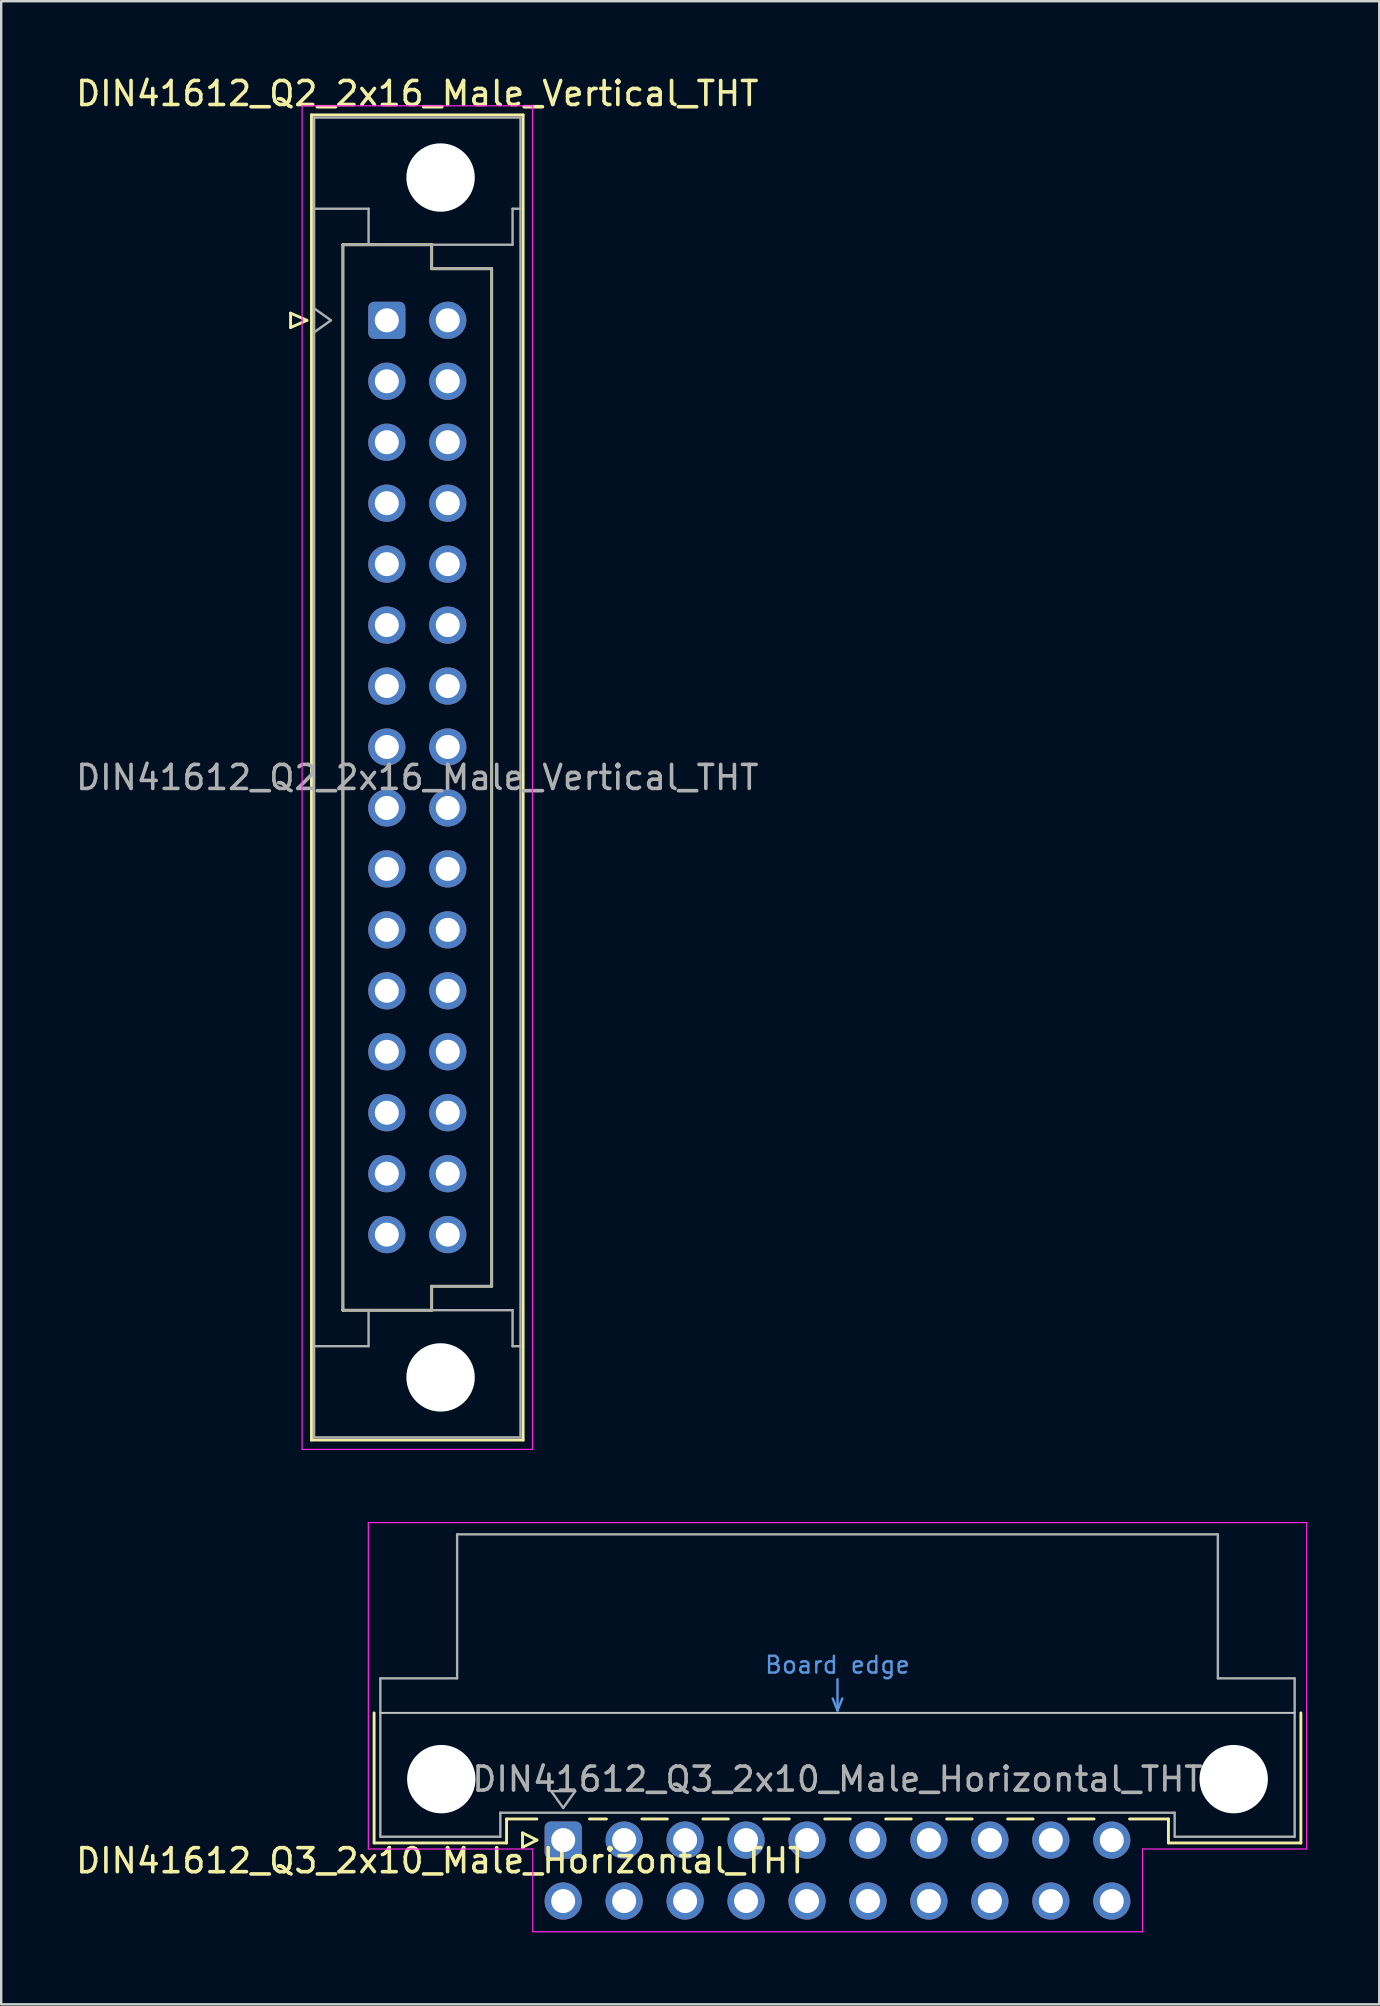
<source format=kicad_pcb>
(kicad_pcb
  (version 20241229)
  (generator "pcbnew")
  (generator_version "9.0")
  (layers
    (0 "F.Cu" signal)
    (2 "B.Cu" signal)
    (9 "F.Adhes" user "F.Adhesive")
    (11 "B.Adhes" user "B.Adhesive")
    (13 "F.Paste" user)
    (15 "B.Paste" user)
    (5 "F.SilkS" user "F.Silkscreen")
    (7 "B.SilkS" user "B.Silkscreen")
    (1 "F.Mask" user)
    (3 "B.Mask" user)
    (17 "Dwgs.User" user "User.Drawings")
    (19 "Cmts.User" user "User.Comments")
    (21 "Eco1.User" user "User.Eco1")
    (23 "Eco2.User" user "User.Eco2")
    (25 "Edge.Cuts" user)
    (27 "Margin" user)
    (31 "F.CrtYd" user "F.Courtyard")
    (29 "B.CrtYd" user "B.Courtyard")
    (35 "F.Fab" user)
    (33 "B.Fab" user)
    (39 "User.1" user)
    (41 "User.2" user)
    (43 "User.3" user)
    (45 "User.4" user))
  (footprint "DIN41612_Q3_2x10_Male_Horizontal_THT"
    (layer "F.Cu")
    (at 20.419 73.628)
    (property "Reference" "DIN41612_Q3_2x10_Male_Horizontal_THT" (at -5.08 0.86 0) (layer "F.SilkS") (effects (font (size 1 1) (thickness 0.15))))
    (attr through_hole)
    (fp_line (start -7.88 -5.3) (end -7.88 0.12) (stroke (width 0.12) (type solid)) (layer "F.SilkS"))
    (fp_line (start -7.88 0.12) (end -2.36 0.12) (stroke (width 0.12) (type solid)) (layer "F.SilkS"))
    (fp_line (start -2.361 -0.88) (end -1.095 -0.88) (stroke (width 0.12) (type solid)) (layer "F.SilkS"))
    (fp_line (start -2.36 0.12) (end -2.36 -0.88) (stroke (width 0.12) (type solid)) (layer "F.SilkS"))
    (fp_line (start -1.695 -0.3) (end -1.695 0.3) (stroke (width 0.12) (type solid)) (layer "F.SilkS"))
    (fp_line (start -1.695 0.3) (end -1.095 0) (stroke (width 0.12) (type solid)) (layer "F.SilkS"))
    (fp_line (start -1.095 0) (end -1.695 -0.3) (stroke (width 0.12) (type solid)) (layer "F.SilkS"))
    (fp_line (start 1.095 -0.88) (end 1.801 -0.88) (stroke (width 0.12) (type solid)) (layer "F.SilkS"))
    (fp_line (start 3.28 -0.88) (end 4.341 -0.88) (stroke (width 0.12) (type solid)) (layer "F.SilkS"))
    (fp_line (start 5.82 -0.88) (end 6.881 -0.88) (stroke (width 0.12) (type solid)) (layer "F.SilkS"))
    (fp_line (start 8.36 -0.88) (end 9.421 -0.88) (stroke (width 0.12) (type solid)) (layer "F.SilkS"))
    (fp_line (start 10.9 -0.88) (end 11.961 -0.88) (stroke (width 0.12) (type solid)) (layer "F.SilkS"))
    (fp_line (start 13.44 -0.88) (end 14.501 -0.88) (stroke (width 0.12) (type solid)) (layer "F.SilkS"))
    (fp_line (start 15.98 -0.88) (end 17.041 -0.88) (stroke (width 0.12) (type solid)) (layer "F.SilkS"))
    (fp_line (start 18.52 -0.88) (end 19.581 -0.88) (stroke (width 0.12) (type solid)) (layer "F.SilkS"))
    (fp_line (start 21.06 -0.88) (end 22.121 -0.88) (stroke (width 0.12) (type solid)) (layer "F.SilkS"))
    (fp_line (start 23.6 -0.88) (end 25.22 -0.88) (stroke (width 0.12) (type solid)) (layer "F.SilkS"))
    (fp_line (start 25.22 0.12) (end 25.22 -0.88) (stroke (width 0.12) (type solid)) (layer "F.SilkS"))
    (fp_line (start 30.74 -5.3) (end 30.74 0.12) (stroke (width 0.12) (type solid)) (layer "F.SilkS"))
    (fp_line (start 30.74 0.12) (end 25.22 0.12) (stroke (width 0.12) (type solid)) (layer "F.SilkS"))
    (fp_line (start -7.62 -5.3) (end 30.48 -5.3) (stroke (width 0.08) (type solid)) (layer "Dwgs.User"))
    (fp_line (start 11.23 -5.9) (end 11.43 -5.4) (stroke (width 0.1) (type solid)) (layer "Cmts.User"))
    (fp_line (start 11.43 -5.4) (end 11.43 -6.7) (stroke (width 0.1) (type solid)) (layer "Cmts.User"))
    (fp_line (start 11.43 -5.4) (end 11.63 -5.9) (stroke (width 0.1) (type solid)) (layer "Cmts.User"))
    (fp_line (start -8.12 -13.23) (end -8.12 0.37) (stroke (width 0.05) (type solid)) (layer "F.CrtYd"))
    (fp_line (start -8.12 0.37) (end -1.27 0.37) (stroke (width 0.05) (type solid)) (layer "F.CrtYd"))
    (fp_line (start -1.27 0.37) (end -1.27 3.82) (stroke (width 0.05) (type solid)) (layer "F.CrtYd"))
    (fp_line (start -1.27 3.82) (end 24.14 3.82) (stroke (width 0.05) (type solid)) (layer "F.CrtYd"))
    (fp_line (start 24.14 0.37) (end 30.98 0.37) (stroke (width 0.05) (type solid)) (layer "F.CrtYd"))
    (fp_line (start 24.14 3.82) (end 24.14 0.37) (stroke (width 0.05) (type solid)) (layer "F.CrtYd"))
    (fp_line (start 30.98 -13.23) (end -8.12 -13.23) (stroke (width 0.05) (type solid)) (layer "F.CrtYd"))
    (fp_line (start 30.98 0.37) (end 30.98 -13.23) (stroke (width 0.05) (type solid)) (layer "F.CrtYd"))
    (fp_line (start -7.62 -6.74) (end -7.62 -0.14) (stroke (width 0.1) (type solid)) (layer "F.Fab"))
    (fp_line (start -7.62 -0.14) (end -2.62 -0.14) (stroke (width 0.1) (type solid)) (layer "F.Fab"))
    (fp_line (start -4.42 -12.74) (end -4.42 -6.74) (stroke (width 0.1) (type solid)) (layer "F.Fab"))
    (fp_line (start -4.42 -6.74) (end -7.62 -6.74) (stroke (width 0.1) (type solid)) (layer "F.Fab"))
    (fp_line (start -2.62 -1.14) (end 25.48 -1.14) (stroke (width 0.1) (type solid)) (layer "F.Fab"))
    (fp_line (start -2.62 -0.14) (end -2.62 -1.14) (stroke (width 0.1) (type solid)) (layer "F.Fab"))
    (fp_line (start -0.5 -2.04) (end 0.5 -2.04) (stroke (width 0.1) (type solid)) (layer "F.Fab"))
    (fp_line (start 0 -1.34) (end -0.5 -2.04) (stroke (width 0.1) (type solid)) (layer "F.Fab"))
    (fp_line (start 0.5 -2.04) (end 0 -1.34) (stroke (width 0.1) (type solid)) (layer "F.Fab"))
    (fp_line (start 25.48 -1.14) (end 25.48 -0.14) (stroke (width 0.1) (type solid)) (layer "F.Fab"))
    (fp_line (start 25.48 -0.14) (end 30.48 -0.14) (stroke (width 0.1) (type solid)) (layer "F.Fab"))
    (fp_line (start 27.28 -12.74) (end -4.42 -12.74) (stroke (width 0.1) (type solid)) (layer "F.Fab"))
    (fp_line (start 27.28 -6.74) (end 27.28 -12.74) (stroke (width 0.1) (type solid)) (layer "F.Fab"))
    (fp_line (start 30.48 -6.74) (end 27.28 -6.74) (stroke (width 0.1) (type solid)) (layer "F.Fab"))
    (fp_line (start 30.48 -0.14) (end 30.48 -6.74) (stroke (width 0.1) (type solid)) (layer "F.Fab"))
    (fp_text user "Board edge" (at 11.43 -7.3 0) (layer "Cmts.User") (effects (font (size 0.7 0.7) (thickness 0.1))))
    (fp_text user "${REFERENCE}" (at 11.43 -2.54 0) (layer "F.Fab") (effects (font (size 1 1) (thickness 0.15))))
    (pad "" np_thru_hole circle (at -5.08 -2.54) (size 2.85 2.85) (drill 2.85) (layers "*.Cu" "*.Mask"))
    (pad "" np_thru_hole circle (at 27.94 -2.54) (size 2.85 2.85) (drill 2.85) (layers "*.Cu" "*.Mask"))
    (pad "a1" thru_hole roundrect (at 0 0) (size 1.55 1.55) (drill 1) (layers "*.Cu" "*.Mask") (roundrect_rratio 0.161))
    (pad "a2" thru_hole circle (at 2.54 0) (size 1.55 1.55) (drill 1) (layers "*.Cu" "*.Mask"))
    (pad "a3" thru_hole circle (at 5.08 0) (size 1.55 1.55) (drill 1) (layers "*.Cu" "*.Mask"))
    (pad "a4" thru_hole circle (at 7.62 0) (size 1.55 1.55) (drill 1) (layers "*.Cu" "*.Mask"))
    (pad "a5" thru_hole circle (at 10.16 0) (size 1.55 1.55) (drill 1) (layers "*.Cu" "*.Mask"))
    (pad "a6" thru_hole circle (at 12.7 0) (size 1.55 1.55) (drill 1) (layers "*.Cu" "*.Mask"))
    (pad "a7" thru_hole circle (at 15.24 0) (size 1.55 1.55) (drill 1) (layers "*.Cu" "*.Mask"))
    (pad "a8" thru_hole circle (at 17.78 0) (size 1.55 1.55) (drill 1) (layers "*.Cu" "*.Mask"))
    (pad "a9" thru_hole circle (at 20.32 0) (size 1.55 1.55) (drill 1) (layers "*.Cu" "*.Mask"))
    (pad "a10" thru_hole circle (at 22.86 0) (size 1.55 1.55) (drill 1) (layers "*.Cu" "*.Mask"))
    (pad "b1" thru_hole circle (at 0 2.54) (size 1.55 1.55) (drill 1) (layers "*.Cu" "*.Mask"))
    (pad "b2" thru_hole circle (at 2.54 2.54) (size 1.55 1.55) (drill 1) (layers "*.Cu" "*.Mask"))
    (pad "b3" thru_hole circle (at 5.08 2.54) (size 1.55 1.55) (drill 1) (layers "*.Cu" "*.Mask"))
    (pad "b4" thru_hole circle (at 7.62 2.54) (size 1.55 1.55) (drill 1) (layers "*.Cu" "*.Mask"))
    (pad "b5" thru_hole circle (at 10.16 2.54) (size 1.55 1.55) (drill 1) (layers "*.Cu" "*.Mask"))
    (pad "b6" thru_hole circle (at 12.7 2.54) (size 1.55 1.55) (drill 1) (layers "*.Cu" "*.Mask"))
    (pad "b7" thru_hole circle (at 15.24 2.54) (size 1.55 1.55) (drill 1) (layers "*.Cu" "*.Mask"))
    (pad "b8" thru_hole circle (at 17.78 2.54) (size 1.55 1.55) (drill 1) (layers "*.Cu" "*.Mask"))
    (pad "b9" thru_hole circle (at 20.32 2.54) (size 1.55 1.55) (drill 1) (layers "*.Cu" "*.Mask"))
    (pad "b10" thru_hole circle (at 22.86 2.54) (size 1.55 1.55) (drill 1) (layers "*.Cu" "*.Mask")))
  (footprint "DIN41612_Q2_2x16_Male_Vertical_THT"
    (layer "F.Cu")
    (at 13.069 10.298)
    (property "Reference" "DIN41612_Q2_2x16_Male_Vertical_THT" (at 1.27 -9.45 0) (layer "F.SilkS") (effects (font (size 1 1) (thickness 0.15))))
    (attr through_hole)
    (fp_line (start -4.01 -0.3) (end -4.01 0.3) (stroke (width 0.12) (type solid)) (layer "F.SilkS"))
    (fp_line (start -4.01 0.3) (end -3.33 0) (stroke (width 0.12) (type solid)) (layer "F.SilkS"))
    (fp_line (start -3.33 0) (end -4.01 -0.3) (stroke (width 0.12) (type solid)) (layer "F.SilkS"))
    (fp_line (start -3.14 -8.56) (end 5.68 -8.56) (stroke (width 0.12) (type solid)) (layer "F.SilkS"))
    (fp_line (start -3.14 46.66) (end -3.14 -8.56) (stroke (width 0.12) (type solid)) (layer "F.SilkS"))
    (fp_line (start -1.83 -3.15) (end 1.87 -3.15) (stroke (width 0.12) (type solid)) (layer "F.SilkS"))
    (fp_line (start -1.83 41.25) (end -1.83 -3.15) (stroke (width 0.12) (type solid)) (layer "F.SilkS"))
    (fp_line (start 1.87 -3.15) (end 1.87 -2.15) (stroke (width 0.12) (type solid)) (layer "F.SilkS"))
    (fp_line (start 1.87 -2.15) (end 4.37 -2.15) (stroke (width 0.12) (type solid)) (layer "F.SilkS"))
    (fp_line (start 1.87 40.25) (end 1.87 41.25) (stroke (width 0.12) (type solid)) (layer "F.SilkS"))
    (fp_line (start 1.87 41.25) (end -1.83 41.25) (stroke (width 0.12) (type solid)) (layer "F.SilkS"))
    (fp_line (start 4.37 -2.15) (end 4.37 40.25) (stroke (width 0.12) (type solid)) (layer "F.SilkS"))
    (fp_line (start 4.37 40.25) (end 1.87 40.25) (stroke (width 0.12) (type solid)) (layer "F.SilkS"))
    (fp_line (start 5.68 -8.56) (end 5.68 46.66) (stroke (width 0.12) (type solid)) (layer "F.SilkS"))
    (fp_line (start 5.68 46.66) (end -3.14 46.66) (stroke (width 0.12) (type solid)) (layer "F.SilkS"))
    (fp_line (start -3.53 -8.94) (end 6.07 -8.94) (stroke (width 0.05) (type solid)) (layer "F.CrtYd"))
    (fp_line (start -3.53 47.05) (end -3.53 -8.94) (stroke (width 0.05) (type solid)) (layer "F.CrtYd"))
    (fp_line (start 6.07 -8.94) (end 6.07 47.05) (stroke (width 0.05) (type solid)) (layer "F.CrtYd"))
    (fp_line (start 6.07 47.05) (end -3.53 47.05) (stroke (width 0.05) (type solid)) (layer "F.CrtYd"))
    (fp_line (start -3.03 -8.45) (end 5.57 -8.45) (stroke (width 0.1) (type solid)) (layer "F.Fab"))
    (fp_line (start -3.03 -4.65) (end -0.76 -4.65) (stroke (width 0.1) (type solid)) (layer "F.Fab"))
    (fp_line (start -3.03 -0.5) (end -2.33 0) (stroke (width 0.1) (type solid)) (layer "F.Fab"))
    (fp_line (start -3.03 42.75) (end -0.76 42.75) (stroke (width 0.1) (type solid)) (layer "F.Fab"))
    (fp_line (start -3.03 46.55) (end -3.03 -8.45) (stroke (width 0.1) (type solid)) (layer "F.Fab"))
    (fp_line (start -2.33 0) (end -3.03 0.5) (stroke (width 0.1) (type solid)) (layer "F.Fab"))
    (fp_line (start -1.83 -3.15) (end 1.87 -3.15) (stroke (width 0.1) (type solid)) (layer "F.Fab"))
    (fp_line (start -1.83 41.25) (end -1.83 -3.15) (stroke (width 0.1) (type solid)) (layer "F.Fab"))
    (fp_line (start -0.76 -4.65) (end -0.76 -3.15) (stroke (width 0.1) (type solid)) (layer "F.Fab"))
    (fp_line (start -0.76 42.75) (end -0.76 41.25) (stroke (width 0.1) (type solid)) (layer "F.Fab"))
    (fp_line (start 1.87 -3.15) (end 1.87 -2.15) (stroke (width 0.1) (type solid)) (layer "F.Fab"))
    (fp_line (start 1.87 -3.15) (end 5.24 -3.15) (stroke (width 0.1) (type solid)) (layer "F.Fab"))
    (fp_line (start 1.87 -2.15) (end 4.37 -2.15) (stroke (width 0.1) (type solid)) (layer "F.Fab"))
    (fp_line (start 1.87 40.25) (end 1.87 41.25) (stroke (width 0.1) (type solid)) (layer "F.Fab"))
    (fp_line (start 1.87 41.25) (end -1.83 41.25) (stroke (width 0.1) (type solid)) (layer "F.Fab"))
    (fp_line (start 1.87 41.25) (end 5.24 41.25) (stroke (width 0.1) (type solid)) (layer "F.Fab"))
    (fp_line (start 4.37 -2.15) (end 4.37 40.25) (stroke (width 0.1) (type solid)) (layer "F.Fab"))
    (fp_line (start 4.37 40.25) (end 1.87 40.25) (stroke (width 0.1) (type solid)) (layer "F.Fab"))
    (fp_line (start 5.24 -4.65) (end 5.57 -4.65) (stroke (width 0.1) (type solid)) (layer "F.Fab"))
    (fp_line (start 5.24 -3.15) (end 5.24 -4.65) (stroke (width 0.1) (type solid)) (layer "F.Fab"))
    (fp_line (start 5.24 41.25) (end 5.24 42.75) (stroke (width 0.1) (type solid)) (layer "F.Fab"))
    (fp_line (start 5.24 42.75) (end 5.57 42.75) (stroke (width 0.1) (type solid)) (layer "F.Fab"))
    (fp_line (start 5.57 -8.45) (end 5.57 46.55) (stroke (width 0.1) (type solid)) (layer "F.Fab"))
    (fp_line (start 5.57 46.55) (end -3.03 46.55) (stroke (width 0.1) (type solid)) (layer "F.Fab"))
    (fp_text user "${REFERENCE}" (at 1.27 19.05 0) (layer "F.Fab") (effects (font (size 1 1) (thickness 0.15))))
    (pad "" np_thru_hole circle (at 2.24 -5.95) (size 2.85 2.85) (drill 2.85) (layers "*.Cu" "*.Mask"))
    (pad "" np_thru_hole circle (at 2.24 44.05) (size 2.85 2.85) (drill 2.85) (layers "*.Cu" "*.Mask"))
    (pad "a1" thru_hole roundrect (at 0 0) (size 1.55 1.55) (drill 1) (layers "*.Cu" "*.Mask") (roundrect_rratio 0.161))
    (pad "a2" thru_hole circle (at 0 2.54) (size 1.55 1.55) (drill 1) (layers "*.Cu" "*.Mask"))
    (pad "a3" thru_hole circle (at 0 5.08) (size 1.55 1.55) (drill 1) (layers "*.Cu" "*.Mask"))
    (pad "a4" thru_hole circle (at 0 7.62) (size 1.55 1.55) (drill 1) (layers "*.Cu" "*.Mask"))
    (pad "a5" thru_hole circle (at 0 10.16) (size 1.55 1.55) (drill 1) (layers "*.Cu" "*.Mask"))
    (pad "a6" thru_hole circle (at 0 12.7) (size 1.55 1.55) (drill 1) (layers "*.Cu" "*.Mask"))
    (pad "a7" thru_hole circle (at 0 15.24) (size 1.55 1.55) (drill 1) (layers "*.Cu" "*.Mask"))
    (pad "a8" thru_hole circle (at 0 17.78) (size 1.55 1.55) (drill 1) (layers "*.Cu" "*.Mask"))
    (pad "a9" thru_hole circle (at 0 20.32) (size 1.55 1.55) (drill 1) (layers "*.Cu" "*.Mask"))
    (pad "a10" thru_hole circle (at 0 22.86) (size 1.55 1.55) (drill 1) (layers "*.Cu" "*.Mask"))
    (pad "a11" thru_hole circle (at 0 25.4) (size 1.55 1.55) (drill 1) (layers "*.Cu" "*.Mask"))
    (pad "a12" thru_hole circle (at 0 27.94) (size 1.55 1.55) (drill 1) (layers "*.Cu" "*.Mask"))
    (pad "a13" thru_hole circle (at 0 30.48) (size 1.55 1.55) (drill 1) (layers "*.Cu" "*.Mask"))
    (pad "a14" thru_hole circle (at 0 33.02) (size 1.55 1.55) (drill 1) (layers "*.Cu" "*.Mask"))
    (pad "a15" thru_hole circle (at 0 35.56) (size 1.55 1.55) (drill 1) (layers "*.Cu" "*.Mask"))
    (pad "a16" thru_hole circle (at 0 38.1) (size 1.55 1.55) (drill 1) (layers "*.Cu" "*.Mask"))
    (pad "b1" thru_hole circle (at 2.54 0) (size 1.55 1.55) (drill 1) (layers "*.Cu" "*.Mask"))
    (pad "b2" thru_hole circle (at 2.54 2.54) (size 1.55 1.55) (drill 1) (layers "*.Cu" "*.Mask"))
    (pad "b3" thru_hole circle (at 2.54 5.08) (size 1.55 1.55) (drill 1) (layers "*.Cu" "*.Mask"))
    (pad "b4" thru_hole circle (at 2.54 7.62) (size 1.55 1.55) (drill 1) (layers "*.Cu" "*.Mask"))
    (pad "b5" thru_hole circle (at 2.54 10.16) (size 1.55 1.55) (drill 1) (layers "*.Cu" "*.Mask"))
    (pad "b6" thru_hole circle (at 2.54 12.7) (size 1.55 1.55) (drill 1) (layers "*.Cu" "*.Mask"))
    (pad "b7" thru_hole circle (at 2.54 15.24) (size 1.55 1.55) (drill 1) (layers "*.Cu" "*.Mask"))
    (pad "b8" thru_hole circle (at 2.54 17.78) (size 1.55 1.55) (drill 1) (layers "*.Cu" "*.Mask"))
    (pad "b9" thru_hole circle (at 2.54 20.32) (size 1.55 1.55) (drill 1) (layers "*.Cu" "*.Mask"))
    (pad "b10" thru_hole circle (at 2.54 22.86) (size 1.55 1.55) (drill 1) (layers "*.Cu" "*.Mask"))
    (pad "b11" thru_hole circle (at 2.54 25.4) (size 1.55 1.55) (drill 1) (layers "*.Cu" "*.Mask"))
    (pad "b12" thru_hole circle (at 2.54 27.94) (size 1.55 1.55) (drill 1) (layers "*.Cu" "*.Mask"))
    (pad "b13" thru_hole circle (at 2.54 30.48) (size 1.55 1.55) (drill 1) (layers "*.Cu" "*.Mask"))
    (pad "b14" thru_hole circle (at 2.54 33.02) (size 1.55 1.55) (drill 1) (layers "*.Cu" "*.Mask"))
    (pad "b15" thru_hole circle (at 2.54 35.56) (size 1.55 1.55) (drill 1) (layers "*.Cu" "*.Mask"))
    (pad "b16" thru_hole circle (at 2.54 38.1) (size 1.55 1.55) (drill 1) (layers "*.Cu" "*.Mask")))
  (gr_rect
    (start -3 -3)
    (end 54.424 80.473)
    (stroke (width 0.1) (type default))
    (fill no)
    (layer "Edge.Cuts")))
</source>
